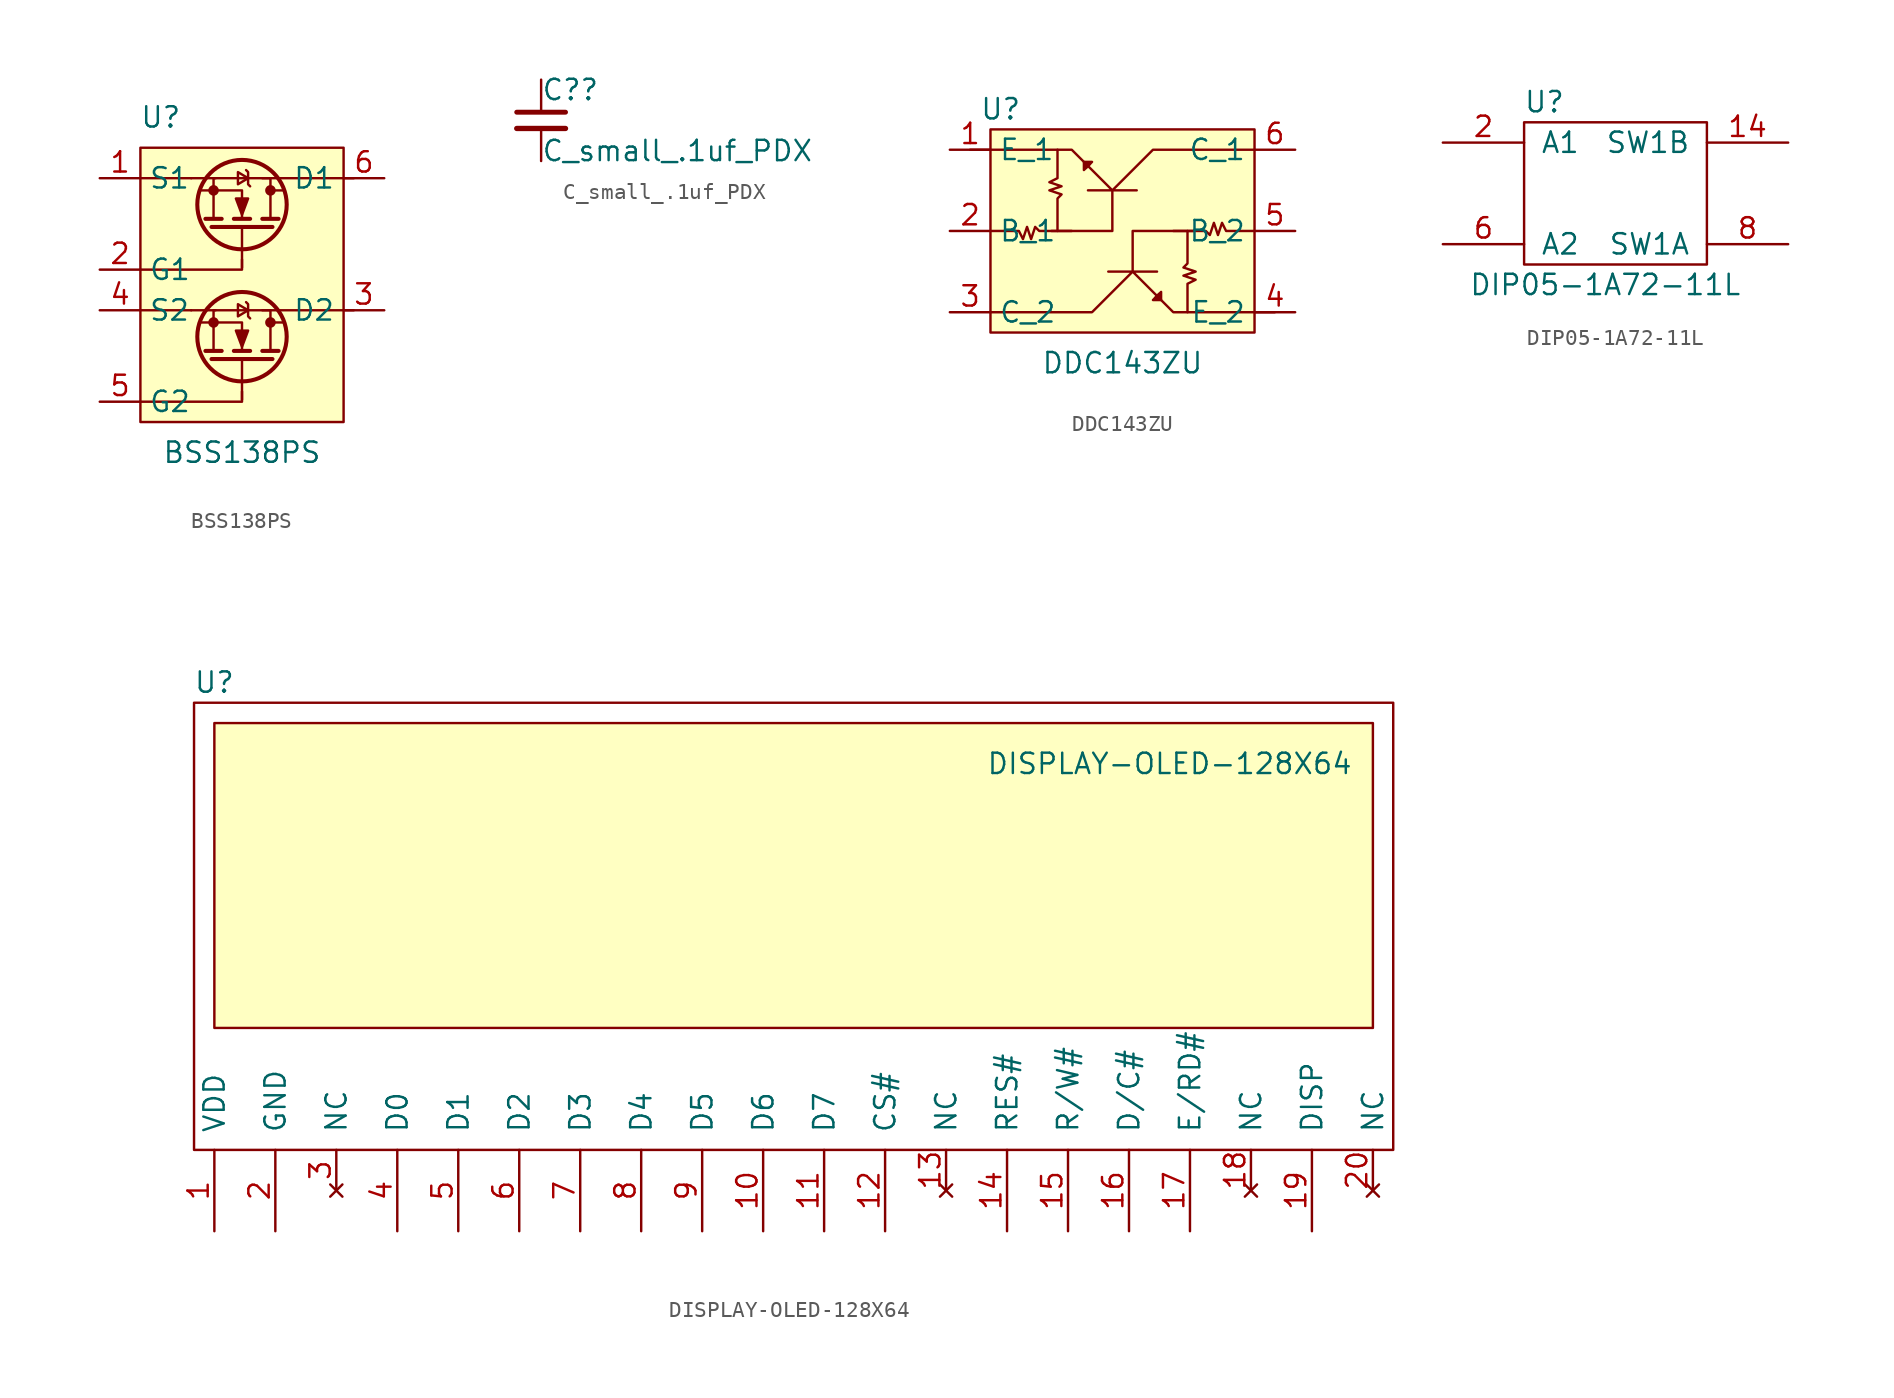
<source format=kicad_sym>
(kicad_symbol_lib
  (version 20211014)
  (generator kicad_symbol_editor)
  (symbol "BSS138PS"
    (property "Reference" "U"
      (at -5.08 10.795 0)
      (effects (font (size 1.27 1.27))))
    (property "Value" "BSS138PS"
      (at 0 -10.16 0)
      (effects (font (size 1.27 1.27))))
    (symbol "BSS138PS_0_1"
      (rectangle (start -6.35 8.89) (end 6.35 -8.255) (stroke (width 0.152) (type default) (color 0 0 0 0)) (fill (type background)))
      (circle (center -1.778 -2.032) (radius 0.254) (stroke (width 0) (type default) (color 0 0 0 0)) (fill (type outline)))
      (circle (center -1.778 6.223) (radius 0.254) (stroke (width 0) (type default) (color 0 0 0 0)) (fill (type outline)))
      (circle (center 0 -2.921) (radius 2.794) (stroke (width 0.254) (type default) (color 0 0 0 0)) (fill (type none)))
      (polyline (pts (xy -6.35 -1.27) (xy -3.175 -1.27)) (stroke (width 0.152) (type default) (color 0 0 0 0)) (fill (type none)))
      (polyline (pts (xy -6.35 6.985) (xy -3.175 6.985)) (stroke (width 0.152) (type default) (color 0 0 0 0)) (fill (type none)))
      (polyline (pts (xy -1.651 -1.27) (xy -3.175 -1.27)) (stroke (width 0.152) (type default) (color 0 0 0 0)) (fill (type none)))
      (polyline (pts (xy -1.651 6.985) (xy -3.175 6.985)) (stroke (width 0.152) (type default) (color 0 0 0 0)) (fill (type none)))
      (polyline (pts (xy -1.27 -3.81) (xy -2.286 -3.81)) (stroke (width 0.254) (type default) (color 0 0 0 0)) (fill (type none)))
      (polyline (pts (xy -1.27 4.445) (xy -2.286 4.445)) (stroke (width 0.254) (type default) (color 0 0 0 0)) (fill (type none)))
      (polyline (pts (xy 0 -4.318) (xy 0 -6.858)) (stroke (width 0) (type default) (color 0 0 0 0)) (fill (type none)))
      (polyline (pts (xy 0 3.937) (xy 0 1.397)) (stroke (width 0) (type default) (color 0 0 0 0)) (fill (type none)))
      (polyline (pts (xy 0.508 -3.81) (xy -0.508 -3.81)) (stroke (width 0.254) (type default) (color 0 0 0 0)) (fill (type none)))
      (polyline (pts (xy 0.508 4.445) (xy -0.508 4.445)) (stroke (width 0.254) (type default) (color 0 0 0 0)) (fill (type none)))
      (polyline (pts (xy 1.905 -4.318) (xy -1.905 -4.318)) (stroke (width 0.254) (type default) (color 0 0 0 0)) (fill (type none)))
      (polyline (pts (xy 1.905 3.937) (xy -1.905 3.937)) (stroke (width 0.254) (type default) (color 0 0 0 0)) (fill (type none)))
      (polyline (pts (xy 2.286 -3.81) (xy 1.27 -3.81)) (stroke (width 0.254) (type default) (color 0 0 0 0)) (fill (type none)))
      (polyline (pts (xy 2.286 4.445) (xy 1.27 4.445)) (stroke (width 0.254) (type default) (color 0 0 0 0)) (fill (type none)))
      (polyline (pts (xy 2.54 -2.032) (xy 1.778 -2.032)) (stroke (width 0) (type default) (color 0 0 0 0)) (fill (type none)))
      (polyline (pts (xy 2.54 6.223) (xy 1.778 6.223)) (stroke (width 0) (type default) (color 0 0 0 0)) (fill (type none)))
      (polyline (pts (xy -6.35 -6.985) (xy 0 -6.985) (xy 0 -6.35)) (stroke (width 0.152) (type default) (color 0 0 0 0)) (fill (type none)))
      (polyline (pts (xy -6.35 1.27) (xy 0 1.27) (xy 0 1.905)) (stroke (width 0.152) (type default) (color 0 0 0 0)) (fill (type none)))
      (polyline (pts (xy -2.54 -2.032) (xy 0 -2.032) (xy 0 -3.81)) (stroke (width 0) (type default) (color 0 0 0 0)) (fill (type none)))
      (polyline (pts (xy -2.54 6.223) (xy 0 6.223) (xy 0 4.445)) (stroke (width 0) (type default) (color 0 0 0 0)) (fill (type none)))
      (polyline (pts (xy 6.985 -1.27) (xy 1.905 -1.27) (xy 1.27 -1.27)) (stroke (width 0.152) (type default) (color 0 0 0 0)) (fill (type none)))
      (polyline (pts (xy 6.985 6.985) (xy 1.905 6.985) (xy 1.27 6.985)) (stroke (width 0.152) (type default) (color 0 0 0 0)) (fill (type none)))
      (polyline (pts (xy -1.778 -3.81) (xy -1.778 -1.27) (xy 1.778 -1.27) (xy 1.778 -3.81)) (stroke (width 0) (type default) (color 0 0 0 0)) (fill (type none)))
      (polyline (pts (xy -1.778 4.445) (xy -1.778 6.985) (xy 1.778 6.985) (xy 1.778 4.445)) (stroke (width 0) (type default) (color 0 0 0 0)) (fill (type none)))
      (polyline (pts (xy 0 -3.556) (xy 0.381 -2.54) (xy -0.381 -2.54) (xy 0 -3.556)) (stroke (width 0) (type default) (color 0 0 0 0)) (fill (type outline)))
      (polyline (pts (xy 0 4.699) (xy 0.381 5.715) (xy -0.381 5.715) (xy 0 4.699)) (stroke (width 0) (type default) (color 0 0 0 0)) (fill (type outline)))
      (polyline (pts (xy 0.381 -1.27) (xy -0.254 -1.651) (xy -0.254 -0.889) (xy 0.381 -1.27)) (stroke (width 0) (type default) (color 0 0 0 0)) (fill (type none)))
      (polyline (pts (xy 0.381 6.985) (xy -0.254 6.604) (xy -0.254 7.366) (xy 0.381 6.985)) (stroke (width 0) (type default) (color 0 0 0 0)) (fill (type none)))
      (polyline (pts (xy 0.508 -1.778) (xy 0.381 -1.651) (xy 0.381 -0.889) (xy 0.254 -0.762)) (stroke (width 0) (type default) (color 0 0 0 0)) (fill (type none)))
      (polyline (pts (xy 0.508 6.477) (xy 0.381 6.604) (xy 0.381 7.366) (xy 0.254 7.493)) (stroke (width 0) (type default) (color 0 0 0 0)) (fill (type none)))
      (circle (center 0 5.334) (radius 2.794) (stroke (width 0.254) (type default) (color 0 0 0 0)) (fill (type none)))
      (circle (center 1.778 -2.032) (radius 0.254) (stroke (width 0) (type default) (color 0 0 0 0)) (fill (type outline)))
      (circle (center 1.778 6.223) (radius 0.254) (stroke (width 0) (type default) (color 0 0 0 0)) (fill (type outline))))
    (symbol "BSS138PS_1_1"
      (pin input line (at -8.89 6.985 0) (length 2.54) (name "S1" (effects (font (size 1.27 1.27)))) (number "1" (effects (font (size 1.27 1.27)))))
      (pin input line (at -8.89 1.27 0) (length 2.54) (name "G1" (effects (font (size 1.27 1.27)))) (number "2" (effects (font (size 1.27 1.27)))))
      (pin input line (at 8.89 -1.27 180) (length 2.54) (name "D2" (effects (font (size 1.27 1.27)))) (number "3" (effects (font (size 1.27 1.27)))))
      (pin input line (at -8.89 -1.27 0) (length 2.54) (name "S2" (effects (font (size 1.27 1.27)))) (number "4" (effects (font (size 1.27 1.27)))))
      (pin input line (at -8.89 -6.985 0) (length 2.54) (name "G2" (effects (font (size 1.27 1.27)))) (number "5" (effects (font (size 1.27 1.27)))))
      (pin input line (at 8.89 6.985 180) (length 2.54) (name "D1" (effects (font (size 1.27 1.27)))) (number "6" (effects (font (size 1.27 1.27)))))))
  (symbol "C_small_.1uf_PDX"
    (pin_numbers hide)
    (pin_names
      (offset 0.254) hide)
    (property "Reference" "C?"
      (at 0 1.905 0)
      (effects (font (size 1.27 1.27)) (justify left)))
    (property "Value" "C_small_.1uf_PDX"
      (at 0 -1.905 0)
      (effects (font (size 1.27 1.27)) (justify left)))
    (symbol "C_small_.1uf_PDX_0_1"
      (polyline (pts (xy -1.524 -0.508) (xy 1.524 -0.508)) (stroke (width 0.33) (type default) (color 0 0 0 0)) (fill (type none)))
      (polyline (pts (xy -1.524 0.508) (xy 1.524 0.508)) (stroke (width 0.305) (type default) (color 0 0 0 0)) (fill (type none))))
    (symbol "C_small_.1uf_PDX_1_1"
      (pin passive line (at 0 2.54 270) (length 2.032) (name "~" (effects (font (size 1.27 1.27)))) (number "1" (effects (font (size 1.27 1.27)))))
      (pin passive line (at 0 -2.54 90) (length 2.032) (name "~" (effects (font (size 1.27 1.27)))) (number "2" (effects (font (size 1.27 1.27)))))))
  (symbol "DDC143ZU"
    (property "Reference" "U"
      (at -7.62 7.62 0)
      (effects (font (size 1.27 1.27))))
    (property "Value" "DDC143ZU"
      (at 0 -8.255 0)
      (effects (font (size 1.27 1.27))))
    (symbol "DDC143ZU_0_1"
      (rectangle (start -8.255 6.35) (end 8.255 -6.35) (stroke (width 0.152) (type default) (color 0 0 0 0)) (fill (type background)))
      (polyline (pts (xy -4.445 0) (xy -0.889 0) (xy -0.635 0) (xy -0.635 2.54)) (stroke (width 0.152) (type default) (color 0 0 0 0)) (fill (type none)))
      (polyline (pts (xy -2.413 4.318) (xy -2.413 3.81) (xy -1.905 4.318) (xy -2.413 4.318)) (stroke (width 0.152) (type default) (color 0 0 0 0)) (fill (type none)))
      (polyline (pts (xy -2.286 4.191) (xy -2.286 3.937) (xy -2.032 4.191) (xy -2.286 4.191)) (stroke (width 0.152) (type default) (color 0 0 0 0)) (fill (type none)))
      (polyline (pts (xy 2.286 -4.191) (xy 2.286 -3.937) (xy 2.032 -4.191) (xy 2.286 -4.191)) (stroke (width 0.152) (type default) (color 0 0 0 0)) (fill (type none)))
      (polyline (pts (xy 2.413 -4.318) (xy 2.413 -3.81) (xy 1.905 -4.318) (xy 2.413 -4.318)) (stroke (width 0.152) (type default) (color 0 0 0 0)) (fill (type none)))
      (polyline (pts (xy 4.445 0) (xy 0.889 0) (xy 0.635 0) (xy 0.635 -2.54)) (stroke (width 0.152) (type default) (color 0 0 0 0)) (fill (type none)))
      (polyline (pts (xy -8.255 0) (xy -6.477 0) (xy -6.223 -0.508) (xy -5.969 0.254) (xy -5.715 -0.508) (xy -5.461 0.254) (xy -5.207 0) (xy -3.175 0)) (stroke (width 0.152) (type default) (color 0 0 0 0)) (fill (type none)))
      (polyline (pts (xy -4.064 5.08) (xy -4.064 3.302) (xy -4.572 3.048) (xy -3.81 2.794) (xy -4.572 2.54) (xy -3.81 2.286) (xy -4.064 2.032) (xy -4.064 0)) (stroke (width 0.152) (type default) (color 0 0 0 0)) (fill (type none)))
      (polyline (pts (xy 4.064 -5.08) (xy 4.064 -3.302) (xy 4.572 -3.048) (xy 3.81 -2.794) (xy 4.572 -2.54) (xy 3.81 -2.286) (xy 4.064 -2.032) (xy 4.064 0)) (stroke (width 0.152) (type default) (color 0 0 0 0)) (fill (type none)))
      (polyline (pts (xy 8.255 0) (xy 6.477 0) (xy 6.223 0.508) (xy 5.969 -0.254) (xy 5.715 0.508) (xy 5.461 -0.254) (xy 5.207 0) (xy 3.175 0)) (stroke (width 0.152) (type default) (color 0 0 0 0)) (fill (type none)))
      (polyline (pts (xy -8.255 -5.08) (xy -1.905 -5.08) (xy 0.635 -2.54) (xy -0.889 -2.54) (xy 2.159 -2.54) (xy 0.635 -2.54) (xy 3.175 -5.08) (xy 9.525 -5.08) (xy 5.715 -5.08)) (stroke (width 0.152) (type default) (color 0 0 0 0)) (fill (type none)))
      (polyline (pts (xy 8.255 5.08) (xy 1.905 5.08) (xy -0.635 2.54) (xy 0.889 2.54) (xy -2.159 2.54) (xy -0.635 2.54) (xy -3.175 5.08) (xy -9.525 5.08) (xy -5.715 5.08)) (stroke (width 0.152) (type default) (color 0 0 0 0)) (fill (type none))))
    (symbol "DDC143ZU_1_1"
      (pin input line (at -10.795 5.08 0) (length 2.54) (name "E_1" (effects (font (size 1.27 1.27)))) (number "1" (effects (font (size 1.27 1.27)))))
      (pin input line (at -10.795 0 0) (length 2.54) (name "B_1" (effects (font (size 1.27 1.27)))) (number "2" (effects (font (size 1.27 1.27)))))
      (pin input line (at -10.795 -5.08 0) (length 2.54) (name "C_2" (effects (font (size 1.27 1.27)))) (number "3" (effects (font (size 1.27 1.27)))))
      (pin input line (at 10.795 -5.08 180) (length 2.54) (name "E_2" (effects (font (size 1.27 1.27)))) (number "4" (effects (font (size 1.27 1.27)))))
      (pin input line (at 10.795 0 180) (length 2.54) (name "B_2" (effects (font (size 1.27 1.27)))) (number "5" (effects (font (size 1.27 1.27)))))
      (pin input line (at 10.795 5.08 180) (length 2.54) (name "C_1" (effects (font (size 1.27 1.27)))) (number "6" (effects (font (size 1.27 1.27)))))))
  (symbol "DIP05-1A72-11L"
    (pin_names
      (offset 1.016))
    (property "Reference" "U"
      (at 6.35 2.54 0)
      (effects (font (size 1.27 1.27))))
    (property "Value" "DIP05-1A72-11L"
      (at 10.16 -8.89 0)
      (effects (font (size 1.27 1.27))))
    (symbol "DIP05-1A72-11L_0_1"
      (rectangle (start 5.08 1.27) (end 16.51 -7.62) (stroke (width 0) (type default) (color 0 0 0 0)) (fill (type none))))
    (symbol "DIP05-1A72-11L_1_1"
      (pin input line (at 21.59 0 180) (length 5.08) (name "SW1B" (effects (font (size 1.27 1.27)))) (number "14" (effects (font (size 1.27 1.27)))))
      (pin input line (at 0 0 0) (length 5.08) (name "A1" (effects (font (size 1.27 1.27)))) (number "2" (effects (font (size 1.27 1.27)))))
      (pin input line (at 0 -6.35 0) (length 5.08) (name "A2" (effects (font (size 1.27 1.27)))) (number "6" (effects (font (size 1.27 1.27)))))
      (pin input line (at 21.59 -6.35 180) (length 5.08) (name "SW1A" (effects (font (size 1.27 1.27)))) (number "8" (effects (font (size 1.27 1.27)))))))
  (symbol "DISPLAY-OLED-128X64"
    (pin_names
      (offset 1.016))
    (property "Reference" "U"
      (at 1.27 34.29 0)
      (effects (font (size 1.27 1.27))))
    (property "Value" "DISPLAY-OLED-128X64"
      (at 60.96 29.21 0)
      (effects (font (size 1.27 1.27))))
    (symbol "DISPLAY-OLED-128X64_0_1"
      (rectangle (start 0 5.08) (end 74.93 33.02) (stroke (width 0) (type default) (color 0 0 0 0)) (fill (type none)))
      (rectangle (start 1.27 31.75) (end 73.66 12.7) (stroke (width 0) (type default) (color 0 0 0 0)) (fill (type background))))
    (symbol "DISPLAY-OLED-128X64_1_1"
      (pin input line (at 1.27 0 90) (length 5.08) (name "VDD" (effects (font (size 1.27 1.27)))) (number "1" (effects (font (size 1.27 1.27)))))
      (pin input line (at 35.56 0 90) (length 5.08) (name "D6" (effects (font (size 1.27 1.27)))) (number "10" (effects (font (size 1.27 1.27)))))
      (pin input line (at 39.37 0 90) (length 5.08) (name "D7" (effects (font (size 1.27 1.27)))) (number "11" (effects (font (size 1.27 1.27)))))
      (pin input line (at 43.18 0 90) (length 5.08) (name "CS#" (effects (font (size 1.27 1.27)))) (number "12" (effects (font (size 1.27 1.27)))))
      (pin no_connect line (at 46.99 2.54 90) (length 2.54) (name "NC" (effects (font (size 1.27 1.27)))) (number "13" (effects (font (size 1.27 1.27)))))
      (pin input line (at 50.8 0 90) (length 5.08) (name "RES#" (effects (font (size 1.27 1.27)))) (number "14" (effects (font (size 1.27 1.27)))))
      (pin input line (at 54.61 0 90) (length 5.08) (name "R/W#" (effects (font (size 1.27 1.27)))) (number "15" (effects (font (size 1.27 1.27)))))
      (pin input line (at 58.42 0 90) (length 5.08) (name "D/C#" (effects (font (size 1.27 1.27)))) (number "16" (effects (font (size 1.27 1.27)))))
      (pin input line (at 62.23 0 90) (length 5.08) (name "E/RD#" (effects (font (size 1.27 1.27)))) (number "17" (effects (font (size 1.27 1.27)))))
      (pin no_connect line (at 66.04 2.54 90) (length 2.54) (name "NC" (effects (font (size 1.27 1.27)))) (number "18" (effects (font (size 1.27 1.27)))))
      (pin input line (at 69.85 0 90) (length 5.08) (name "DISP" (effects (font (size 1.27 1.27)))) (number "19" (effects (font (size 1.27 1.27)))))
      (pin input line (at 5.08 0 90) (length 5.08) (name "GND" (effects (font (size 1.27 1.27)))) (number "2" (effects (font (size 1.27 1.27)))))
      (pin no_connect line (at 73.66 2.54 90) (length 2.54) (name "NC" (effects (font (size 1.27 1.27)))) (number "20" (effects (font (size 1.27 1.27)))))
      (pin no_connect line (at 8.89 2.54 90) (length 2.54) (name "NC" (effects (font (size 1.27 1.27)))) (number "3" (effects (font (size 1.27 1.27)))))
      (pin input line (at 12.7 0 90) (length 5.08) (name "D0" (effects (font (size 1.27 1.27)))) (number "4" (effects (font (size 1.27 1.27)))))
      (pin input line (at 16.51 0 90) (length 5.08) (name "D1" (effects (font (size 1.27 1.27)))) (number "5" (effects (font (size 1.27 1.27)))))
      (pin input line (at 20.32 0 90) (length 5.08) (name "D2" (effects (font (size 1.27 1.27)))) (number "6" (effects (font (size 1.27 1.27)))))
      (pin input line (at 24.13 0 90) (length 5.08) (name "D3" (effects (font (size 1.27 1.27)))) (number "7" (effects (font (size 1.27 1.27)))))
      (pin input line (at 27.94 0 90) (length 5.08) (name "D4" (effects (font (size 1.27 1.27)))) (number "8" (effects (font (size 1.27 1.27)))))
      (pin input line (at 31.75 0 90) (length 5.08) (name "D5" (effects (font (size 1.27 1.27)))) (number "9" (effects (font (size 1.27 1.27))))))))
</source>
